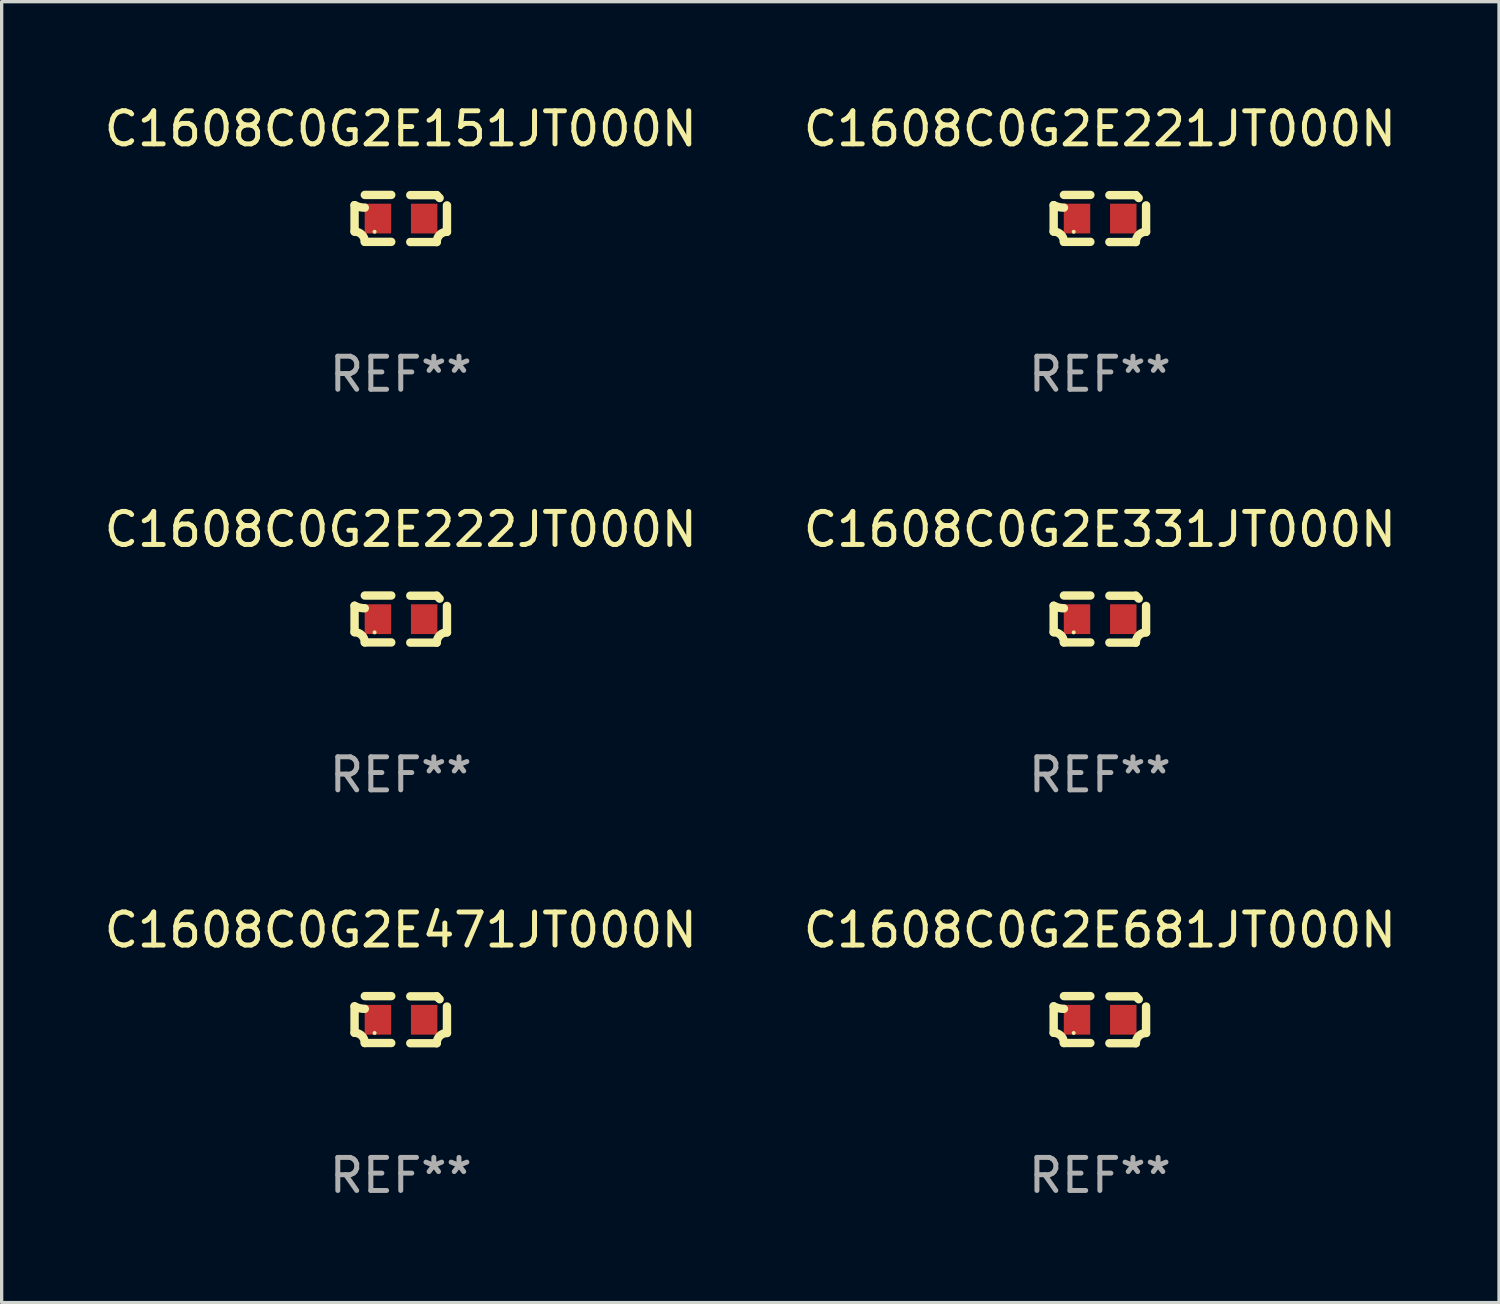
<source format=kicad_pcb>
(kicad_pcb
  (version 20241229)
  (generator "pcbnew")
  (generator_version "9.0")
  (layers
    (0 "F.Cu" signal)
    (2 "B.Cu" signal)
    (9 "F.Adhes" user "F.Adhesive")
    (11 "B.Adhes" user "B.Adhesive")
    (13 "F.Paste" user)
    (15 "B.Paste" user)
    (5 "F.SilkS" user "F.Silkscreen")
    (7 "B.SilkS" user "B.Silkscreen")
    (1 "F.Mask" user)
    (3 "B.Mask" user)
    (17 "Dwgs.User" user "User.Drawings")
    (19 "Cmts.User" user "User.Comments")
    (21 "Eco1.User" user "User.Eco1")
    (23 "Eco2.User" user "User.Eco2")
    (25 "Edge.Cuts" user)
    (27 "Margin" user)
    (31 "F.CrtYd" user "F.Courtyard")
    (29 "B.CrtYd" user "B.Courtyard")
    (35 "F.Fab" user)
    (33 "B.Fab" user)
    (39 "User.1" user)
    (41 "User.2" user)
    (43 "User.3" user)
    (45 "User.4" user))
  (footprint "C1608C0G2E471JT000N"
    (layer "F.Cu")
    (at 9.077 27.805)
    (property "Reference" "C1608C0G2E471JT000N" (at 0 -2.713 0) (layer "F.SilkS") (effects (font (size 1 1) (thickness 0.15))))
    (attr through_hole)
    (fp_line (start -1.398 -0.403) (end -1.398 0.397) (stroke (width 0.254) (type solid)) (layer "F.SilkS"))
    (fp_line (start -0.288 -0.713) (end -1.088 -0.713) (stroke (width 0.254) (type solid)) (layer "F.SilkS"))
    (fp_line (start -0.288 0.707) (end -1.088 0.707) (stroke (width 0.254) (type solid)) (layer "F.SilkS"))
    (fp_line (start 0.288 -0.707) (end 1.088 -0.707) (stroke (width 0.254) (type solid)) (layer "F.SilkS"))
    (fp_line (start 0.288 0.713) (end 1.088 0.713) (stroke (width 0.254) (type solid)) (layer "F.SilkS"))
    (fp_line (start 1.398 -0.397) (end 1.398 0.403) (stroke (width 0.254) (type solid)) (layer "F.SilkS"))
    (fp_arc (start -1.397789 0.397066) (mid -1.178701 0.487826) (end -1.08796 0.706922) (stroke (width 0.254001) (type solid)) (layer "F.SilkS"))
    (fp_arc (start -1.08796 -0.327176) (mid -1.247436 -0.346384) (end -1.39779 -0.402908) (stroke (width 0.254001) (type solid)) (layer "F.SilkS"))
    (fp_arc (start 1.087909 0.712738) (mid 1.178656 0.493655) (end 1.397739 0.402908) (stroke (width 0.254001) (type solid)) (layer "F.SilkS"))
    (fp_arc (start 1.175925 -0.618926) (mid 1.131917 -0.662923) (end 1.08791 -0.706922) (stroke (width 0.254001) (type solid)) (layer "F.SilkS"))
    (fp_circle (center -0.792 0.403) (end -0.762 0.403) (stroke (width 0.06) (type solid)) (fill no) (layer "F.SilkS"))
    (fp_text user "REF**" (at 0 4.713 0) (layer "F.Fab") (effects (font (size 1 1) (thickness 0.15))))
    (pad "1" smd rect (at -0.692 0.003) (size 0.8 0.9) (layers "F.Cu" "F.Mask" "F.Paste"))
    (pad "2" smd rect (at 0.708 0.003) (size 0.8 0.9) (layers "F.Cu" "F.Mask" "F.Paste")))
  (footprint "C1608C0G2E151JT000N"
    (layer "F.Cu")
    (at 9.077 3.561)
    (property "Reference" "C1608C0G2E151JT000N" (at 0 -2.713 0) (layer "F.SilkS") (effects (font (size 1 1) (thickness 0.15))))
    (attr through_hole)
    (fp_line (start -1.398 -0.403) (end -1.398 0.397) (stroke (width 0.254) (type solid)) (layer "F.SilkS"))
    (fp_line (start -0.288 -0.713) (end -1.088 -0.713) (stroke (width 0.254) (type solid)) (layer "F.SilkS"))
    (fp_line (start -0.288 0.707) (end -1.088 0.707) (stroke (width 0.254) (type solid)) (layer "F.SilkS"))
    (fp_line (start 0.288 -0.707) (end 1.088 -0.707) (stroke (width 0.254) (type solid)) (layer "F.SilkS"))
    (fp_line (start 0.288 0.713) (end 1.088 0.713) (stroke (width 0.254) (type solid)) (layer "F.SilkS"))
    (fp_line (start 1.398 -0.397) (end 1.398 0.403) (stroke (width 0.254) (type solid)) (layer "F.SilkS"))
    (fp_arc (start -1.397789 0.397066) (mid -1.178701 0.487826) (end -1.08796 0.706922) (stroke (width 0.254001) (type solid)) (layer "F.SilkS"))
    (fp_arc (start -1.08796 -0.327176) (mid -1.247436 -0.346384) (end -1.39779 -0.402908) (stroke (width 0.254001) (type solid)) (layer "F.SilkS"))
    (fp_arc (start 1.087909 0.712738) (mid 1.178656 0.493655) (end 1.397739 0.402908) (stroke (width 0.254001) (type solid)) (layer "F.SilkS"))
    (fp_arc (start 1.175925 -0.618926) (mid 1.131917 -0.662923) (end 1.08791 -0.706922) (stroke (width 0.254001) (type solid)) (layer "F.SilkS"))
    (fp_circle (center -0.792 0.403) (end -0.762 0.403) (stroke (width 0.06) (type solid)) (fill no) (layer "F.SilkS"))
    (fp_text user "REF**" (at 0 4.713 0) (layer "F.Fab") (effects (font (size 1 1) (thickness 0.15))))
    (pad "1" smd rect (at -0.692 0.003) (size 0.8 0.9) (layers "F.Cu" "F.Mask" "F.Paste"))
    (pad "2" smd rect (at 0.708 0.003) (size 0.8 0.9) (layers "F.Cu" "F.Mask" "F.Paste")))
  (footprint "C1608C0G2E681JT000N"
    (layer "F.Cu")
    (at 30.232 27.805)
    (property "Reference" "C1608C0G2E681JT000N" (at 0 -2.713 0) (layer "F.SilkS") (effects (font (size 1 1) (thickness 0.15))))
    (attr through_hole)
    (fp_line (start -1.398 -0.403) (end -1.398 0.397) (stroke (width 0.254) (type solid)) (layer "F.SilkS"))
    (fp_line (start -0.288 -0.713) (end -1.088 -0.713) (stroke (width 0.254) (type solid)) (layer "F.SilkS"))
    (fp_line (start -0.288 0.707) (end -1.088 0.707) (stroke (width 0.254) (type solid)) (layer "F.SilkS"))
    (fp_line (start 0.288 -0.707) (end 1.088 -0.707) (stroke (width 0.254) (type solid)) (layer "F.SilkS"))
    (fp_line (start 0.288 0.713) (end 1.088 0.713) (stroke (width 0.254) (type solid)) (layer "F.SilkS"))
    (fp_line (start 1.398 -0.397) (end 1.398 0.403) (stroke (width 0.254) (type solid)) (layer "F.SilkS"))
    (fp_arc (start -1.397789 0.397066) (mid -1.178701 0.487826) (end -1.08796 0.706922) (stroke (width 0.254001) (type solid)) (layer "F.SilkS"))
    (fp_arc (start -1.08796 -0.327176) (mid -1.247436 -0.346384) (end -1.39779 -0.402908) (stroke (width 0.254001) (type solid)) (layer "F.SilkS"))
    (fp_arc (start 1.087909 0.712738) (mid 1.178656 0.493655) (end 1.397739 0.402908) (stroke (width 0.254001) (type solid)) (layer "F.SilkS"))
    (fp_arc (start 1.175925 -0.618926) (mid 1.131917 -0.662923) (end 1.08791 -0.706922) (stroke (width 0.254001) (type solid)) (layer "F.SilkS"))
    (fp_circle (center -0.792 0.403) (end -0.762 0.403) (stroke (width 0.06) (type solid)) (fill no) (layer "F.SilkS"))
    (fp_text user "REF**" (at 0 4.713 0) (layer "F.Fab") (effects (font (size 1 1) (thickness 0.15))))
    (pad "1" smd rect (at -0.692 0.003) (size 0.8 0.9) (layers "F.Cu" "F.Mask" "F.Paste"))
    (pad "2" smd rect (at 0.708 0.003) (size 0.8 0.9) (layers "F.Cu" "F.Mask" "F.Paste")))
  (footprint "C1608C0G2E222JT000N"
    (layer "F.Cu")
    (at 9.077 15.683)
    (property "Reference" "C1608C0G2E222JT000N" (at 0 -2.713 0) (layer "F.SilkS") (effects (font (size 1 1) (thickness 0.15))))
    (attr through_hole)
    (fp_line (start -1.398 -0.403) (end -1.398 0.397) (stroke (width 0.254) (type solid)) (layer "F.SilkS"))
    (fp_line (start -0.288 -0.713) (end -1.088 -0.713) (stroke (width 0.254) (type solid)) (layer "F.SilkS"))
    (fp_line (start -0.288 0.707) (end -1.088 0.707) (stroke (width 0.254) (type solid)) (layer "F.SilkS"))
    (fp_line (start 0.288 -0.707) (end 1.088 -0.707) (stroke (width 0.254) (type solid)) (layer "F.SilkS"))
    (fp_line (start 0.288 0.713) (end 1.088 0.713) (stroke (width 0.254) (type solid)) (layer "F.SilkS"))
    (fp_line (start 1.398 -0.397) (end 1.398 0.403) (stroke (width 0.254) (type solid)) (layer "F.SilkS"))
    (fp_arc (start -1.397789 0.397066) (mid -1.178701 0.487826) (end -1.08796 0.706922) (stroke (width 0.254001) (type solid)) (layer "F.SilkS"))
    (fp_arc (start -1.08796 -0.327176) (mid -1.247436 -0.346384) (end -1.39779 -0.402908) (stroke (width 0.254001) (type solid)) (layer "F.SilkS"))
    (fp_arc (start 1.087909 0.712738) (mid 1.178656 0.493655) (end 1.397739 0.402908) (stroke (width 0.254001) (type solid)) (layer "F.SilkS"))
    (fp_arc (start 1.175925 -0.618926) (mid 1.131917 -0.662923) (end 1.08791 -0.706922) (stroke (width 0.254001) (type solid)) (layer "F.SilkS"))
    (fp_circle (center -0.792 0.403) (end -0.762 0.403) (stroke (width 0.06) (type solid)) (fill no) (layer "F.SilkS"))
    (fp_text user "REF**" (at 0 4.713 0) (layer "F.Fab") (effects (font (size 1 1) (thickness 0.15))))
    (pad "1" smd rect (at -0.692 0.003) (size 0.8 0.9) (layers "F.Cu" "F.Mask" "F.Paste"))
    (pad "2" smd rect (at 0.708 0.003) (size 0.8 0.9) (layers "F.Cu" "F.Mask" "F.Paste")))
  (footprint "C1608C0G2E221JT000N"
    (layer "F.Cu")
    (at 30.232 3.561)
    (property "Reference" "C1608C0G2E221JT000N" (at 0 -2.713 0) (layer "F.SilkS") (effects (font (size 1 1) (thickness 0.15))))
    (attr through_hole)
    (fp_line (start -1.398 -0.403) (end -1.398 0.397) (stroke (width 0.254) (type solid)) (layer "F.SilkS"))
    (fp_line (start -0.288 -0.713) (end -1.088 -0.713) (stroke (width 0.254) (type solid)) (layer "F.SilkS"))
    (fp_line (start -0.288 0.707) (end -1.088 0.707) (stroke (width 0.254) (type solid)) (layer "F.SilkS"))
    (fp_line (start 0.288 -0.707) (end 1.088 -0.707) (stroke (width 0.254) (type solid)) (layer "F.SilkS"))
    (fp_line (start 0.288 0.713) (end 1.088 0.713) (stroke (width 0.254) (type solid)) (layer "F.SilkS"))
    (fp_line (start 1.398 -0.397) (end 1.398 0.403) (stroke (width 0.254) (type solid)) (layer "F.SilkS"))
    (fp_arc (start -1.397789 0.397066) (mid -1.178701 0.487826) (end -1.08796 0.706922) (stroke (width 0.254001) (type solid)) (layer "F.SilkS"))
    (fp_arc (start -1.08796 -0.327176) (mid -1.247436 -0.346384) (end -1.39779 -0.402908) (stroke (width 0.254001) (type solid)) (layer "F.SilkS"))
    (fp_arc (start 1.087909 0.712738) (mid 1.178656 0.493655) (end 1.397739 0.402908) (stroke (width 0.254001) (type solid)) (layer "F.SilkS"))
    (fp_arc (start 1.175925 -0.618926) (mid 1.131917 -0.662923) (end 1.08791 -0.706922) (stroke (width 0.254001) (type solid)) (layer "F.SilkS"))
    (fp_circle (center -0.792 0.403) (end -0.762 0.403) (stroke (width 0.06) (type solid)) (fill no) (layer "F.SilkS"))
    (fp_text user "REF**" (at 0 4.713 0) (layer "F.Fab") (effects (font (size 1 1) (thickness 0.15))))
    (pad "1" smd rect (at -0.692 0.003) (size 0.8 0.9) (layers "F.Cu" "F.Mask" "F.Paste"))
    (pad "2" smd rect (at 0.708 0.003) (size 0.8 0.9) (layers "F.Cu" "F.Mask" "F.Paste")))
  (footprint "C1608C0G2E331JT000N"
    (layer "F.Cu")
    (at 30.232 15.683)
    (property "Reference" "C1608C0G2E331JT000N" (at 0 -2.713 0) (layer "F.SilkS") (effects (font (size 1 1) (thickness 0.15))))
    (attr through_hole)
    (fp_line (start -1.398 -0.403) (end -1.398 0.397) (stroke (width 0.254) (type solid)) (layer "F.SilkS"))
    (fp_line (start -0.288 -0.713) (end -1.088 -0.713) (stroke (width 0.254) (type solid)) (layer "F.SilkS"))
    (fp_line (start -0.288 0.707) (end -1.088 0.707) (stroke (width 0.254) (type solid)) (layer "F.SilkS"))
    (fp_line (start 0.288 -0.707) (end 1.088 -0.707) (stroke (width 0.254) (type solid)) (layer "F.SilkS"))
    (fp_line (start 0.288 0.713) (end 1.088 0.713) (stroke (width 0.254) (type solid)) (layer "F.SilkS"))
    (fp_line (start 1.398 -0.397) (end 1.398 0.403) (stroke (width 0.254) (type solid)) (layer "F.SilkS"))
    (fp_arc (start -1.397789 0.397066) (mid -1.178701 0.487826) (end -1.08796 0.706922) (stroke (width 0.254001) (type solid)) (layer "F.SilkS"))
    (fp_arc (start -1.08796 -0.327176) (mid -1.247436 -0.346384) (end -1.39779 -0.402908) (stroke (width 0.254001) (type solid)) (layer "F.SilkS"))
    (fp_arc (start 1.087909 0.712738) (mid 1.178656 0.493655) (end 1.397739 0.402908) (stroke (width 0.254001) (type solid)) (layer "F.SilkS"))
    (fp_arc (start 1.175925 -0.618926) (mid 1.131917 -0.662923) (end 1.08791 -0.706922) (stroke (width 0.254001) (type solid)) (layer "F.SilkS"))
    (fp_circle (center -0.792 0.403) (end -0.762 0.403) (stroke (width 0.06) (type solid)) (fill no) (layer "F.SilkS"))
    (fp_text user "REF**" (at 0 4.713 0) (layer "F.Fab") (effects (font (size 1 1) (thickness 0.15))))
    (pad "1" smd rect (at -0.692 0.003) (size 0.8 0.9) (layers "F.Cu" "F.Mask" "F.Paste"))
    (pad "2" smd rect (at 0.708 0.003) (size 0.8 0.9) (layers "F.Cu" "F.Mask" "F.Paste")))
  (gr_rect
    (start -3 -3)
    (end 42.31 36.366)
    (stroke (width 0.1) (type default))
    (fill no)
    (layer "Edge.Cuts")))
</source>
